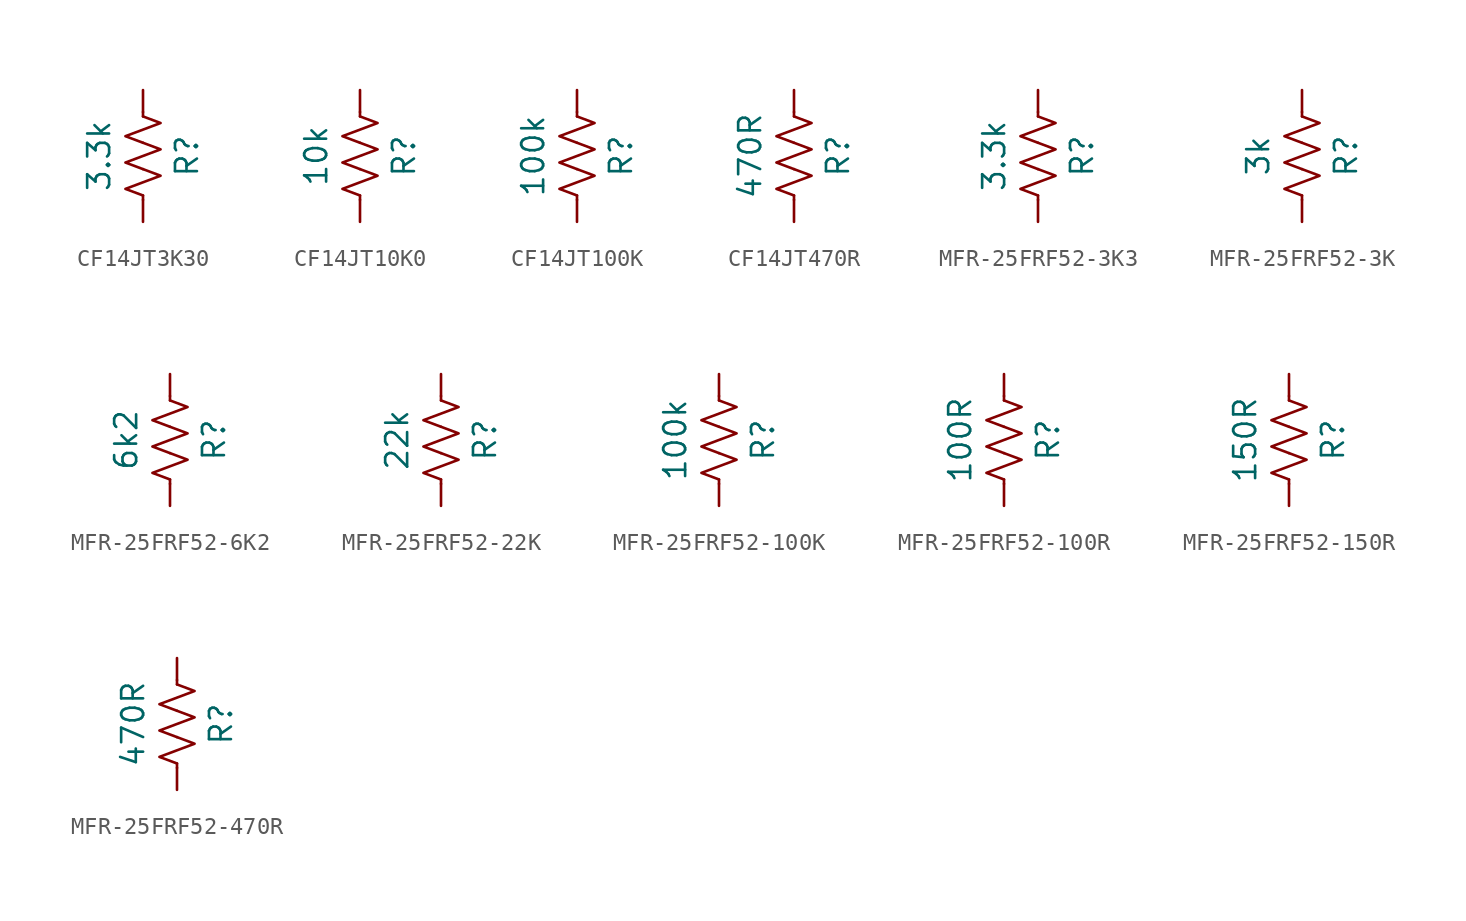
<source format=kicad_sym>
(kicad_symbol_lib
  (version 20220914)
  (generator kicad_symbol_editor)
  (symbol "CF14JT3K30"
    (pin_numbers hide)
    (pin_names
      (offset 0))
    (property "Reference" "R"
      (at 2.54 0 90)
      (effects (font (size 1.27 1.27))))
    (property "Value" "3.3k"
      (at -2.54 0 90)
      (effects (font (size 1.27 1.27))))
    (symbol "CF14JT3K30_0_1"
      (polyline (pts (xy 0 -2.286) (xy 0 -2.54)) (stroke (width 0) (type default)) (fill (type none)))
      (polyline (pts (xy 0 2.286) (xy 0 2.54)) (stroke (width 0) (type default)) (fill (type none)))
      (polyline (pts (xy 0 -0.762) (xy 1.016 -1.143) (xy 0 -1.524) (xy -1.016 -1.905) (xy 0 -2.286)) (stroke (width 0) (type default)) (fill (type none)))
      (polyline (pts (xy 0 0.762) (xy 1.016 0.381) (xy 0 0) (xy -1.016 -0.381) (xy 0 -0.762)) (stroke (width 0) (type default)) (fill (type none)))
      (polyline (pts (xy 0 2.286) (xy 1.016 1.905) (xy 0 1.524) (xy -1.016 1.143) (xy 0 0.762)) (stroke (width 0) (type default)) (fill (type none))))
    (symbol "CF14JT3K30_1_1"
      (pin passive line (at 0 3.81 270) (length 1.27) (name "~" (effects (font (size 1.27 1.27)))) (number "1" (effects (font (size 1.27 1.27)))))
      (pin passive line (at 0 -3.81 90) (length 1.27) (name "~" (effects (font (size 1.27 1.27)))) (number "2" (effects (font (size 1.27 1.27)))))))
  (symbol "CF14JT10K0"
    (pin_numbers hide)
    (pin_names
      (offset 0))
    (property "Reference" "R"
      (at 2.54 0 90)
      (effects (font (size 1.27 1.27))))
    (property "Value" "10k"
      (at -2.54 0 90)
      (effects (font (size 1.27 1.27))))
    (symbol "CF14JT10K0_0_1"
      (polyline (pts (xy 0 -2.286) (xy 0 -2.54)) (stroke (width 0) (type default)) (fill (type none)))
      (polyline (pts (xy 0 2.286) (xy 0 2.54)) (stroke (width 0) (type default)) (fill (type none)))
      (polyline (pts (xy 0 -0.762) (xy 1.016 -1.143) (xy 0 -1.524) (xy -1.016 -1.905) (xy 0 -2.286)) (stroke (width 0) (type default)) (fill (type none)))
      (polyline (pts (xy 0 0.762) (xy 1.016 0.381) (xy 0 0) (xy -1.016 -0.381) (xy 0 -0.762)) (stroke (width 0) (type default)) (fill (type none)))
      (polyline (pts (xy 0 2.286) (xy 1.016 1.905) (xy 0 1.524) (xy -1.016 1.143) (xy 0 0.762)) (stroke (width 0) (type default)) (fill (type none))))
    (symbol "CF14JT10K0_1_1"
      (pin passive line (at 0 3.81 270) (length 1.27) (name "~" (effects (font (size 1.27 1.27)))) (number "1" (effects (font (size 1.27 1.27)))))
      (pin passive line (at 0 -3.81 90) (length 1.27) (name "~" (effects (font (size 1.27 1.27)))) (number "2" (effects (font (size 1.27 1.27)))))))
  (symbol "CF14JT100K"
    (pin_numbers hide)
    (pin_names
      (offset 0))
    (property "Reference" "R"
      (at 2.54 0 90)
      (effects (font (size 1.27 1.27))))
    (property "Value" "100k"
      (at -2.54 0 90)
      (effects (font (size 1.27 1.27))))
    (symbol "CF14JT100K_0_1"
      (polyline (pts (xy 0 -2.286) (xy 0 -2.54)) (stroke (width 0) (type default)) (fill (type none)))
      (polyline (pts (xy 0 2.286) (xy 0 2.54)) (stroke (width 0) (type default)) (fill (type none)))
      (polyline (pts (xy 0 -0.762) (xy 1.016 -1.143) (xy 0 -1.524) (xy -1.016 -1.905) (xy 0 -2.286)) (stroke (width 0) (type default)) (fill (type none)))
      (polyline (pts (xy 0 0.762) (xy 1.016 0.381) (xy 0 0) (xy -1.016 -0.381) (xy 0 -0.762)) (stroke (width 0) (type default)) (fill (type none)))
      (polyline (pts (xy 0 2.286) (xy 1.016 1.905) (xy 0 1.524) (xy -1.016 1.143) (xy 0 0.762)) (stroke (width 0) (type default)) (fill (type none))))
    (symbol "CF14JT100K_1_1"
      (pin passive line (at 0 3.81 270) (length 1.27) (name "~" (effects (font (size 1.27 1.27)))) (number "1" (effects (font (size 1.27 1.27)))))
      (pin passive line (at 0 -3.81 90) (length 1.27) (name "~" (effects (font (size 1.27 1.27)))) (number "2" (effects (font (size 1.27 1.27)))))))
  (symbol "CF14JT470R"
    (pin_numbers hide)
    (pin_names
      (offset 0))
    (property "Reference" "R"
      (at 2.54 0 90)
      (effects (font (size 1.27 1.27))))
    (property "Value" "470R"
      (at -2.54 0 90)
      (effects (font (size 1.27 1.27))))
    (symbol "CF14JT470R_0_1"
      (polyline (pts (xy 0 -2.286) (xy 0 -2.54)) (stroke (width 0) (type default)) (fill (type none)))
      (polyline (pts (xy 0 2.286) (xy 0 2.54)) (stroke (width 0) (type default)) (fill (type none)))
      (polyline (pts (xy 0 -0.762) (xy 1.016 -1.143) (xy 0 -1.524) (xy -1.016 -1.905) (xy 0 -2.286)) (stroke (width 0) (type default)) (fill (type none)))
      (polyline (pts (xy 0 0.762) (xy 1.016 0.381) (xy 0 0) (xy -1.016 -0.381) (xy 0 -0.762)) (stroke (width 0) (type default)) (fill (type none)))
      (polyline (pts (xy 0 2.286) (xy 1.016 1.905) (xy 0 1.524) (xy -1.016 1.143) (xy 0 0.762)) (stroke (width 0) (type default)) (fill (type none))))
    (symbol "CF14JT470R_1_1"
      (pin passive line (at 0 3.81 270) (length 1.27) (name "~" (effects (font (size 1.27 1.27)))) (number "1" (effects (font (size 1.27 1.27)))))
      (pin passive line (at 0 -3.81 90) (length 1.27) (name "~" (effects (font (size 1.27 1.27)))) (number "2" (effects (font (size 1.27 1.27)))))))
  (symbol "MFR-25FRF52-3K3"
    (pin_numbers hide)
    (pin_names
      (offset 0))
    (property "Reference" "R"
      (at 2.54 0 90)
      (effects (font (size 1.27 1.27))))
    (property "Value" "3.3k"
      (at -2.54 0 90)
      (effects (font (size 1.27 1.27))))
    (symbol "MFR-25FRF52-3K3_0_1"
      (polyline (pts (xy 0 -2.286) (xy 0 -2.54)) (stroke (width 0) (type default)) (fill (type none)))
      (polyline (pts (xy 0 2.286) (xy 0 2.54)) (stroke (width 0) (type default)) (fill (type none)))
      (polyline (pts (xy 0 -0.762) (xy 1.016 -1.143) (xy 0 -1.524) (xy -1.016 -1.905) (xy 0 -2.286)) (stroke (width 0) (type default)) (fill (type none)))
      (polyline (pts (xy 0 0.762) (xy 1.016 0.381) (xy 0 0) (xy -1.016 -0.381) (xy 0 -0.762)) (stroke (width 0) (type default)) (fill (type none)))
      (polyline (pts (xy 0 2.286) (xy 1.016 1.905) (xy 0 1.524) (xy -1.016 1.143) (xy 0 0.762)) (stroke (width 0) (type default)) (fill (type none))))
    (symbol "MFR-25FRF52-3K3_1_1"
      (pin passive line (at 0 3.81 270) (length 1.27) (name "~" (effects (font (size 1.27 1.27)))) (number "1" (effects (font (size 1.27 1.27)))))
      (pin passive line (at 0 -3.81 90) (length 1.27) (name "~" (effects (font (size 1.27 1.27)))) (number "2" (effects (font (size 1.27 1.27)))))))
  (symbol "MFR-25FRF52-3K"
    (pin_numbers hide)
    (pin_names
      (offset 0))
    (property "Reference" "R"
      (at 2.54 0 90)
      (effects (font (size 1.27 1.27))))
    (property "Value" "3k"
      (at -2.54 0 90)
      (effects (font (size 1.27 1.27))))
    (symbol "MFR-25FRF52-3K_0_1"
      (polyline (pts (xy 0 -2.286) (xy 0 -2.54)) (stroke (width 0) (type default)) (fill (type none)))
      (polyline (pts (xy 0 2.286) (xy 0 2.54)) (stroke (width 0) (type default)) (fill (type none)))
      (polyline (pts (xy 0 -0.762) (xy 1.016 -1.143) (xy 0 -1.524) (xy -1.016 -1.905) (xy 0 -2.286)) (stroke (width 0) (type default)) (fill (type none)))
      (polyline (pts (xy 0 0.762) (xy 1.016 0.381) (xy 0 0) (xy -1.016 -0.381) (xy 0 -0.762)) (stroke (width 0) (type default)) (fill (type none)))
      (polyline (pts (xy 0 2.286) (xy 1.016 1.905) (xy 0 1.524) (xy -1.016 1.143) (xy 0 0.762)) (stroke (width 0) (type default)) (fill (type none))))
    (symbol "MFR-25FRF52-3K_1_1"
      (pin passive line (at 0 3.81 270) (length 1.27) (name "~" (effects (font (size 1.27 1.27)))) (number "1" (effects (font (size 1.27 1.27)))))
      (pin passive line (at 0 -3.81 90) (length 1.27) (name "~" (effects (font (size 1.27 1.27)))) (number "2" (effects (font (size 1.27 1.27)))))))
  (symbol "MFR-25FRF52-6K2"
    (pin_numbers hide)
    (pin_names
      (offset 0))
    (property "Reference" "R"
      (at 2.54 0 90)
      (effects (font (size 1.27 1.27))))
    (property "Value" "6k2"
      (at -2.54 0 90)
      (effects (font (size 1.27 1.27))))
    (symbol "MFR-25FRF52-6K2_0_1"
      (polyline (pts (xy 0 -2.286) (xy 0 -2.54)) (stroke (width 0) (type default)) (fill (type none)))
      (polyline (pts (xy 0 2.286) (xy 0 2.54)) (stroke (width 0) (type default)) (fill (type none)))
      (polyline (pts (xy 0 -0.762) (xy 1.016 -1.143) (xy 0 -1.524) (xy -1.016 -1.905) (xy 0 -2.286)) (stroke (width 0) (type default)) (fill (type none)))
      (polyline (pts (xy 0 0.762) (xy 1.016 0.381) (xy 0 0) (xy -1.016 -0.381) (xy 0 -0.762)) (stroke (width 0) (type default)) (fill (type none)))
      (polyline (pts (xy 0 2.286) (xy 1.016 1.905) (xy 0 1.524) (xy -1.016 1.143) (xy 0 0.762)) (stroke (width 0) (type default)) (fill (type none))))
    (symbol "MFR-25FRF52-6K2_1_1"
      (pin passive line (at 0 3.81 270) (length 1.27) (name "~" (effects (font (size 1.27 1.27)))) (number "1" (effects (font (size 1.27 1.27)))))
      (pin passive line (at 0 -3.81 90) (length 1.27) (name "~" (effects (font (size 1.27 1.27)))) (number "2" (effects (font (size 1.27 1.27)))))))
  (symbol "MFR-25FRF52-22K"
    (pin_numbers hide)
    (pin_names
      (offset 0))
    (property "Reference" "R"
      (at 2.54 0 90)
      (effects (font (size 1.27 1.27))))
    (property "Value" "22k"
      (at -2.54 0 90)
      (effects (font (size 1.27 1.27))))
    (symbol "MFR-25FRF52-22K_0_1"
      (polyline (pts (xy 0 -2.286) (xy 0 -2.54)) (stroke (width 0) (type default)) (fill (type none)))
      (polyline (pts (xy 0 2.286) (xy 0 2.54)) (stroke (width 0) (type default)) (fill (type none)))
      (polyline (pts (xy 0 -0.762) (xy 1.016 -1.143) (xy 0 -1.524) (xy -1.016 -1.905) (xy 0 -2.286)) (stroke (width 0) (type default)) (fill (type none)))
      (polyline (pts (xy 0 0.762) (xy 1.016 0.381) (xy 0 0) (xy -1.016 -0.381) (xy 0 -0.762)) (stroke (width 0) (type default)) (fill (type none)))
      (polyline (pts (xy 0 2.286) (xy 1.016 1.905) (xy 0 1.524) (xy -1.016 1.143) (xy 0 0.762)) (stroke (width 0) (type default)) (fill (type none))))
    (symbol "MFR-25FRF52-22K_1_1"
      (pin passive line (at 0 3.81 270) (length 1.27) (name "~" (effects (font (size 1.27 1.27)))) (number "1" (effects (font (size 1.27 1.27)))))
      (pin passive line (at 0 -3.81 90) (length 1.27) (name "~" (effects (font (size 1.27 1.27)))) (number "2" (effects (font (size 1.27 1.27)))))))
  (symbol "MFR-25FRF52-100K"
    (pin_numbers hide)
    (pin_names
      (offset 0))
    (property "Reference" "R"
      (at 2.54 0 90)
      (effects (font (size 1.27 1.27))))
    (property "Value" "100k"
      (at -2.54 0 90)
      (effects (font (size 1.27 1.27))))
    (symbol "MFR-25FRF52-100K_0_1"
      (polyline (pts (xy 0 -2.286) (xy 0 -2.54)) (stroke (width 0) (type default)) (fill (type none)))
      (polyline (pts (xy 0 2.286) (xy 0 2.54)) (stroke (width 0) (type default)) (fill (type none)))
      (polyline (pts (xy 0 -0.762) (xy 1.016 -1.143) (xy 0 -1.524) (xy -1.016 -1.905) (xy 0 -2.286)) (stroke (width 0) (type default)) (fill (type none)))
      (polyline (pts (xy 0 0.762) (xy 1.016 0.381) (xy 0 0) (xy -1.016 -0.381) (xy 0 -0.762)) (stroke (width 0) (type default)) (fill (type none)))
      (polyline (pts (xy 0 2.286) (xy 1.016 1.905) (xy 0 1.524) (xy -1.016 1.143) (xy 0 0.762)) (stroke (width 0) (type default)) (fill (type none))))
    (symbol "MFR-25FRF52-100K_1_1"
      (pin passive line (at 0 3.81 270) (length 1.27) (name "~" (effects (font (size 1.27 1.27)))) (number "1" (effects (font (size 1.27 1.27)))))
      (pin passive line (at 0 -3.81 90) (length 1.27) (name "~" (effects (font (size 1.27 1.27)))) (number "2" (effects (font (size 1.27 1.27)))))))
  (symbol "MFR-25FRF52-100R"
    (pin_numbers hide)
    (pin_names
      (offset 0))
    (property "Reference" "R"
      (at 2.54 0 90)
      (effects (font (size 1.27 1.27))))
    (property "Value" "100R"
      (at -2.54 0 90)
      (effects (font (size 1.27 1.27))))
    (symbol "MFR-25FRF52-100R_0_1"
      (polyline (pts (xy 0 -2.286) (xy 0 -2.54)) (stroke (width 0) (type default)) (fill (type none)))
      (polyline (pts (xy 0 2.286) (xy 0 2.54)) (stroke (width 0) (type default)) (fill (type none)))
      (polyline (pts (xy 0 -0.762) (xy 1.016 -1.143) (xy 0 -1.524) (xy -1.016 -1.905) (xy 0 -2.286)) (stroke (width 0) (type default)) (fill (type none)))
      (polyline (pts (xy 0 0.762) (xy 1.016 0.381) (xy 0 0) (xy -1.016 -0.381) (xy 0 -0.762)) (stroke (width 0) (type default)) (fill (type none)))
      (polyline (pts (xy 0 2.286) (xy 1.016 1.905) (xy 0 1.524) (xy -1.016 1.143) (xy 0 0.762)) (stroke (width 0) (type default)) (fill (type none))))
    (symbol "MFR-25FRF52-100R_1_1"
      (pin passive line (at 0 3.81 270) (length 1.27) (name "~" (effects (font (size 1.27 1.27)))) (number "1" (effects (font (size 1.27 1.27)))))
      (pin passive line (at 0 -3.81 90) (length 1.27) (name "~" (effects (font (size 1.27 1.27)))) (number "2" (effects (font (size 1.27 1.27)))))))
  (symbol "MFR-25FRF52-150R"
    (pin_numbers hide)
    (pin_names
      (offset 0))
    (property "Reference" "R"
      (at 2.54 0 90)
      (effects (font (size 1.27 1.27))))
    (property "Value" "150R"
      (at -2.54 0 90)
      (effects (font (size 1.27 1.27))))
    (symbol "MFR-25FRF52-150R_0_1"
      (polyline (pts (xy 0 -2.286) (xy 0 -2.54)) (stroke (width 0) (type default)) (fill (type none)))
      (polyline (pts (xy 0 2.286) (xy 0 2.54)) (stroke (width 0) (type default)) (fill (type none)))
      (polyline (pts (xy 0 -0.762) (xy 1.016 -1.143) (xy 0 -1.524) (xy -1.016 -1.905) (xy 0 -2.286)) (stroke (width 0) (type default)) (fill (type none)))
      (polyline (pts (xy 0 0.762) (xy 1.016 0.381) (xy 0 0) (xy -1.016 -0.381) (xy 0 -0.762)) (stroke (width 0) (type default)) (fill (type none)))
      (polyline (pts (xy 0 2.286) (xy 1.016 1.905) (xy 0 1.524) (xy -1.016 1.143) (xy 0 0.762)) (stroke (width 0) (type default)) (fill (type none))))
    (symbol "MFR-25FRF52-150R_1_1"
      (pin passive line (at 0 3.81 270) (length 1.27) (name "~" (effects (font (size 1.27 1.27)))) (number "1" (effects (font (size 1.27 1.27)))))
      (pin passive line (at 0 -3.81 90) (length 1.27) (name "~" (effects (font (size 1.27 1.27)))) (number "2" (effects (font (size 1.27 1.27)))))))
  (symbol "MFR-25FRF52-470R"
    (pin_numbers hide)
    (pin_names
      (offset 0))
    (property "Reference" "R"
      (at 2.54 0 90)
      (effects (font (size 1.27 1.27))))
    (property "Value" "470R"
      (at -2.54 0 90)
      (effects (font (size 1.27 1.27))))
    (symbol "MFR-25FRF52-470R_0_1"
      (polyline (pts (xy 0 -2.286) (xy 0 -2.54)) (stroke (width 0) (type default)) (fill (type none)))
      (polyline (pts (xy 0 2.286) (xy 0 2.54)) (stroke (width 0) (type default)) (fill (type none)))
      (polyline (pts (xy 0 -0.762) (xy 1.016 -1.143) (xy 0 -1.524) (xy -1.016 -1.905) (xy 0 -2.286)) (stroke (width 0) (type default)) (fill (type none)))
      (polyline (pts (xy 0 0.762) (xy 1.016 0.381) (xy 0 0) (xy -1.016 -0.381) (xy 0 -0.762)) (stroke (width 0) (type default)) (fill (type none)))
      (polyline (pts (xy 0 2.286) (xy 1.016 1.905) (xy 0 1.524) (xy -1.016 1.143) (xy 0 0.762)) (stroke (width 0) (type default)) (fill (type none))))
    (symbol "MFR-25FRF52-470R_1_1"
      (pin passive line (at 0 3.81 270) (length 1.27) (name "~" (effects (font (size 1.27 1.27)))) (number "1" (effects (font (size 1.27 1.27)))))
      (pin passive line (at 0 -3.81 90) (length 1.27) (name "~" (effects (font (size 1.27 1.27)))) (number "2" (effects (font (size 1.27 1.27))))))))
</source>
